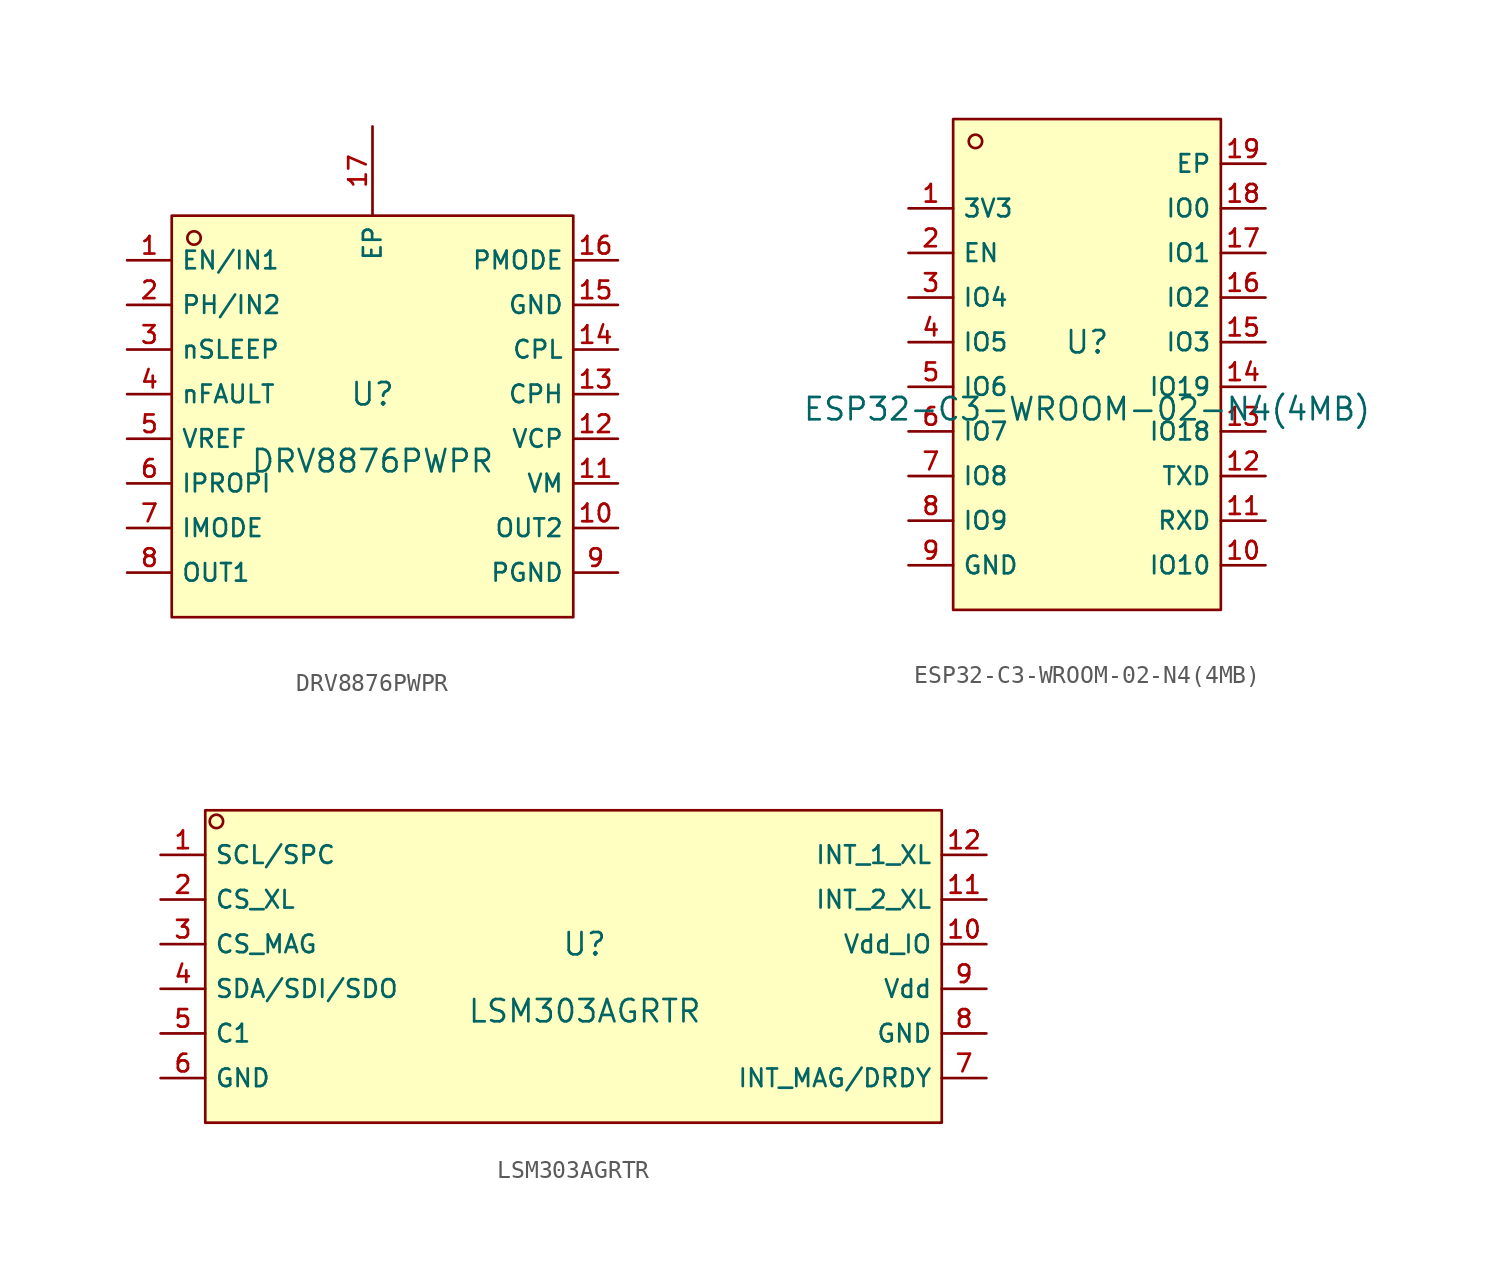
<source format=kicad_sym>
(kicad_symbol_lib
  (version 20210201)
  (generator TousstNicolas/JLC2KiCad_lib)
  (symbol "DRV8876PWPR"
    (property "Reference" "U"
      (at 0 1.27 0)
      (effects (font (size 1.27 1.27))))
    (property "Value" "DRV8876PWPR"
      (at 0 -2.54 0)
      (effects (font (size 1.27 1.27))))
    (symbol "DRV8876PWPR_0_1"
      (rectangle (start -11.43 11.43) (end 11.43 -11.43) (stroke (width 0) (type default) (color 0 0 0 0)) (fill (type background)))
      (circle (center -10.16 10.16) (radius 0.381) (stroke (width 0) (type default) (color 0 0 0 0)) (fill (type background)))
      (pin unspecified line (at -13.97 8.89 0) (length 2.54) (name "EN/IN1" (effects (font (size 1 1)))) (number "1" (effects (font (size 1 1)))))
      (pin unspecified line (at -13.97 6.35 0) (length 2.54) (name "PH/IN2" (effects (font (size 1 1)))) (number "2" (effects (font (size 1 1)))))
      (pin unspecified line (at -13.97 3.81 0) (length 2.54) (name "nSLEEP" (effects (font (size 1 1)))) (number "3" (effects (font (size 1 1)))))
      (pin unspecified line (at -13.97 1.27 0) (length 2.54) (name "nFAULT" (effects (font (size 1 1)))) (number "4" (effects (font (size 1 1)))))
      (pin unspecified line (at -13.97 -1.27 0) (length 2.54) (name "VREF" (effects (font (size 1 1)))) (number "5" (effects (font (size 1 1)))))
      (pin unspecified line (at -13.97 -3.81 0) (length 2.54) (name "IPROPI" (effects (font (size 1 1)))) (number "6" (effects (font (size 1 1)))))
      (pin unspecified line (at -13.97 -6.35 0) (length 2.54) (name "IMODE" (effects (font (size 1 1)))) (number "7" (effects (font (size 1 1)))))
      (pin unspecified line (at -13.97 -8.89 0) (length 2.54) (name "OUT1" (effects (font (size 1 1)))) (number "8" (effects (font (size 1 1)))))
      (pin unspecified line (at 13.97 -8.89 180) (length 2.54) (name "PGND" (effects (font (size 1 1)))) (number "9" (effects (font (size 1 1)))))
      (pin unspecified line (at 13.97 -6.35 180) (length 2.54) (name "OUT2" (effects (font (size 1 1)))) (number "10" (effects (font (size 1 1)))))
      (pin unspecified line (at 13.97 -3.81 180) (length 2.54) (name "VM" (effects (font (size 1 1)))) (number "11" (effects (font (size 1 1)))))
      (pin unspecified line (at 13.97 -1.27 180) (length 2.54) (name "VCP" (effects (font (size 1 1)))) (number "12" (effects (font (size 1 1)))))
      (pin unspecified line (at 13.97 1.27 180) (length 2.54) (name "CPH" (effects (font (size 1 1)))) (number "13" (effects (font (size 1 1)))))
      (pin unspecified line (at 13.97 3.81 180) (length 2.54) (name "CPL" (effects (font (size 1 1)))) (number "14" (effects (font (size 1 1)))))
      (pin unspecified line (at 13.97 6.35 180) (length 2.54) (name "GND" (effects (font (size 1 1)))) (number "15" (effects (font (size 1 1)))))
      (pin unspecified line (at 13.97 8.89 180) (length 2.54) (name "PMODE" (effects (font (size 1 1)))) (number "16" (effects (font (size 1 1)))))
      (pin unspecified line (at 0.0 16.51 270) (length 5.08) (name "EP" (effects (font (size 1 1)))) (number "17" (effects (font (size 1 1)))))))
  (symbol "ESP32-C3-WROOM-02-N4(4MB)"
    (property "Reference" "U"
      (at 0 1.27 0)
      (effects (font (size 1.27 1.27))))
    (property "Value" "ESP32-C3-WROOM-02-N4(4MB)"
      (at 0 -2.54 0)
      (effects (font (size 1.27 1.27))))
    (symbol "ESP32-C3-WROOM-02-N4(4MB)_0_1"
      (pin unspecified line (at 10.16 11.43 180) (length 2.54) (name "EP" (effects (font (size 1 1)))) (number "19" (effects (font (size 1 1)))))
      (pin unspecified line (at 10.16 8.89 180) (length 2.54) (name "IO0" (effects (font (size 1 1)))) (number "18" (effects (font (size 1 1)))))
      (pin unspecified line (at 10.16 6.35 180) (length 2.54) (name "IO1" (effects (font (size 1 1)))) (number "17" (effects (font (size 1 1)))))
      (pin unspecified line (at 10.16 3.81 180) (length 2.54) (name "IO2" (effects (font (size 1 1)))) (number "16" (effects (font (size 1 1)))))
      (pin unspecified line (at 10.16 1.27 180) (length 2.54) (name "IO3" (effects (font (size 1 1)))) (number "15" (effects (font (size 1 1)))))
      (pin unspecified line (at 10.16 -1.27 180) (length 2.54) (name "IO19" (effects (font (size 1 1)))) (number "14" (effects (font (size 1 1)))))
      (pin unspecified line (at 10.16 -3.81 180) (length 2.54) (name "IO18" (effects (font (size 1 1)))) (number "13" (effects (font (size 1 1)))))
      (pin unspecified line (at 10.16 -6.35 180) (length 2.54) (name "TXD" (effects (font (size 1 1)))) (number "12" (effects (font (size 1 1)))))
      (pin unspecified line (at 10.16 -8.89 180) (length 2.54) (name "RXD" (effects (font (size 1 1)))) (number "11" (effects (font (size 1 1)))))
      (pin unspecified line (at 10.16 -11.43 180) (length 2.54) (name "IO10" (effects (font (size 1 1)))) (number "10" (effects (font (size 1 1)))))
      (pin unspecified line (at -10.16 -11.43 0) (length 2.54) (name "GND" (effects (font (size 1 1)))) (number "9" (effects (font (size 1 1)))))
      (pin unspecified line (at -10.16 -8.89 0) (length 2.54) (name "IO9" (effects (font (size 1 1)))) (number "8" (effects (font (size 1 1)))))
      (pin unspecified line (at -10.16 -6.35 0) (length 2.54) (name "IO8" (effects (font (size 1 1)))) (number "7" (effects (font (size 1 1)))))
      (pin unspecified line (at -10.16 -3.81 0) (length 2.54) (name "IO7" (effects (font (size 1 1)))) (number "6" (effects (font (size 1 1)))))
      (pin unspecified line (at -10.16 -1.27 0) (length 2.54) (name "IO6" (effects (font (size 1 1)))) (number "5" (effects (font (size 1 1)))))
      (pin unspecified line (at -10.16 1.27 0) (length 2.54) (name "IO5" (effects (font (size 1 1)))) (number "4" (effects (font (size 1 1)))))
      (pin unspecified line (at -10.16 3.81 0) (length 2.54) (name "IO4" (effects (font (size 1 1)))) (number "3" (effects (font (size 1 1)))))
      (pin unspecified line (at -10.16 6.35 0) (length 2.54) (name "EN" (effects (font (size 1 1)))) (number "2" (effects (font (size 1 1)))))
      (pin unspecified line (at -10.16 8.89 0) (length 2.54) (name "3V3" (effects (font (size 1 1)))) (number "1" (effects (font (size 1 1)))))
      (circle (center -6.35 12.7) (radius 0.381) (stroke (width 0) (type default) (color 0 0 0 0)) (fill (type background)))
      (rectangle (start -7.62 13.97) (end 7.62 -13.97) (stroke (width 0) (type default) (color 0 0 0 0)) (fill (type background)))))
  (symbol "LSM303AGRTR"
    (property "Reference" "U"
      (at 0 1.27 0)
      (effects (font (size 1.27 1.27))))
    (property "Value" "LSM303AGRTR"
      (at 0 -2.54 0)
      (effects (font (size 1.27 1.27))))
    (symbol "LSM303AGRTR_0_1"
      (rectangle (start -21.59 8.89) (end 20.32 -8.89) (stroke (width 0) (type default) (color 0 0 0 0)) (fill (type background)))
      (circle (center -20.955 8.255) (radius 0.381) (stroke (width 0) (type default) (color 0 0 0 0)) (fill (type background)))
      (pin unspecified line (at -24.13 6.35 0) (length 2.54) (name "SCL/SPC" (effects (font (size 1 1)))) (number "1" (effects (font (size 1 1)))))
      (pin unspecified line (at -24.13 3.81 0) (length 2.54) (name "CS_XL" (effects (font (size 1 1)))) (number "2" (effects (font (size 1 1)))))
      (pin unspecified line (at -24.13 1.27 0) (length 2.54) (name "CS_MAG" (effects (font (size 1 1)))) (number "3" (effects (font (size 1 1)))))
      (pin unspecified line (at -24.13 -1.27 0) (length 2.54) (name "SDA/SDI/SDO" (effects (font (size 1 1)))) (number "4" (effects (font (size 1 1)))))
      (pin unspecified line (at -24.13 -3.81 0) (length 2.54) (name "C1" (effects (font (size 1 1)))) (number "5" (effects (font (size 1 1)))))
      (pin unspecified line (at -24.13 -6.35 0) (length 2.54) (name "GND" (effects (font (size 1 1)))) (number "6" (effects (font (size 1 1)))))
      (pin unspecified line (at 22.86 -6.35 180) (length 2.54) (name "INT_MAG/DRDY" (effects (font (size 1 1)))) (number "7" (effects (font (size 1 1)))))
      (pin unspecified line (at 22.86 -3.81 180) (length 2.54) (name "GND" (effects (font (size 1 1)))) (number "8" (effects (font (size 1 1)))))
      (pin unspecified line (at 22.86 -1.27 180) (length 2.54) (name "Vdd" (effects (font (size 1 1)))) (number "9" (effects (font (size 1 1)))))
      (pin unspecified line (at 22.86 1.27 180) (length 2.54) (name "Vdd_IO" (effects (font (size 1 1)))) (number "10" (effects (font (size 1 1)))))
      (pin unspecified line (at 22.86 3.81 180) (length 2.54) (name "INT_2_XL" (effects (font (size 1 1)))) (number "11" (effects (font (size 1 1)))))
      (pin unspecified line (at 22.86 6.35 180) (length 2.54) (name "INT_1_XL" (effects (font (size 1 1)))) (number "12" (effects (font (size 1 1))))))))
</source>
